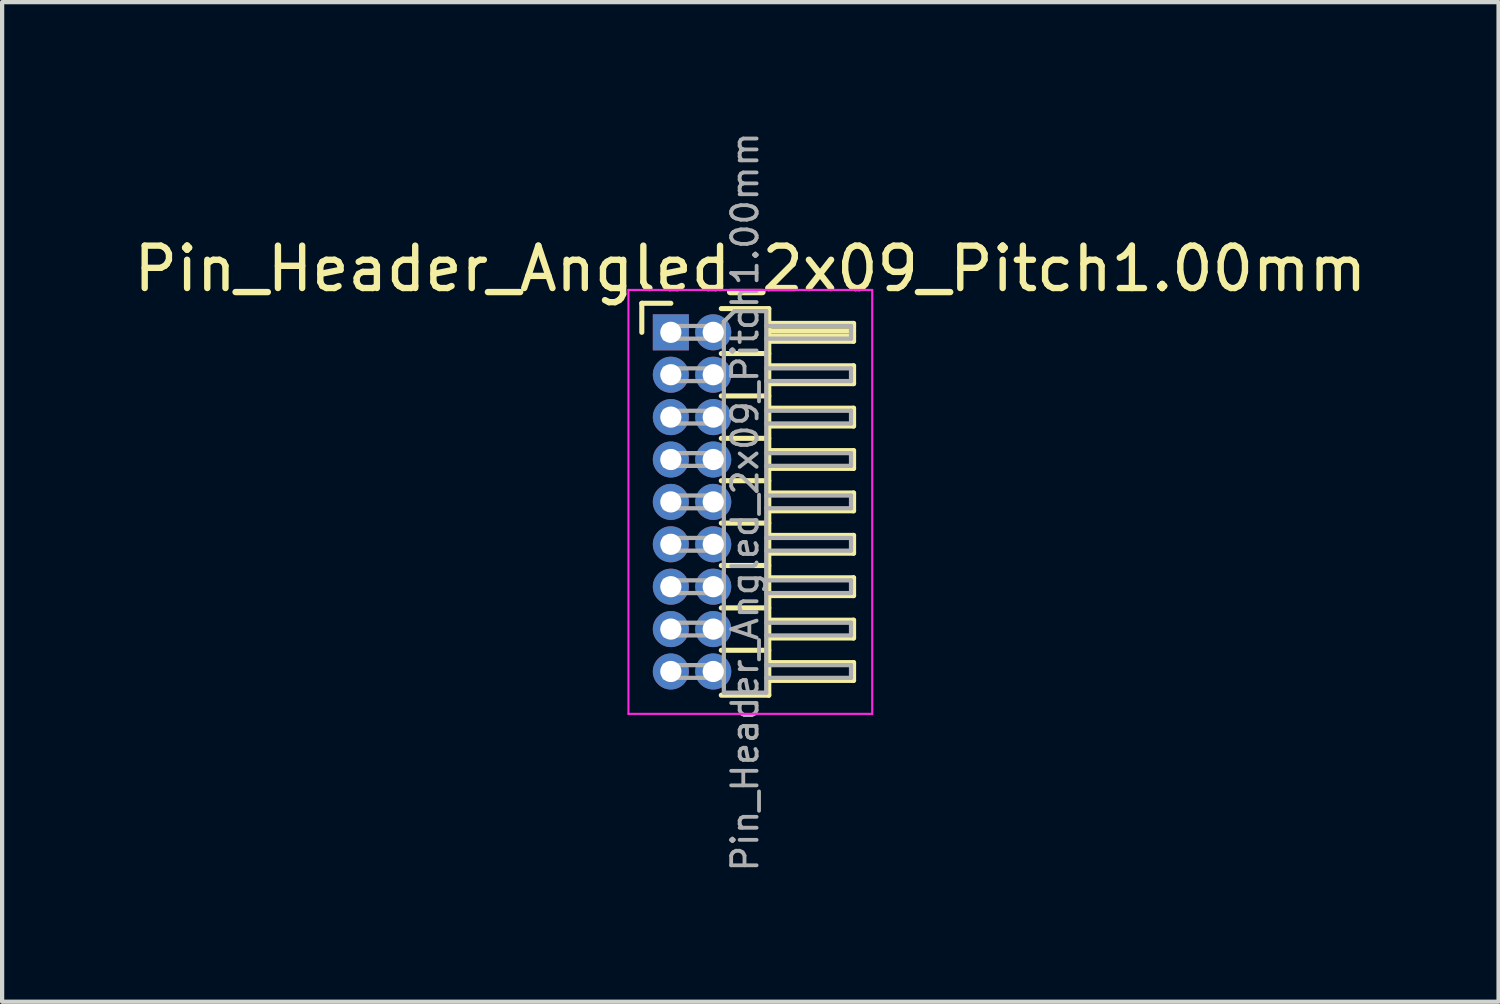
<source format=kicad_pcb>
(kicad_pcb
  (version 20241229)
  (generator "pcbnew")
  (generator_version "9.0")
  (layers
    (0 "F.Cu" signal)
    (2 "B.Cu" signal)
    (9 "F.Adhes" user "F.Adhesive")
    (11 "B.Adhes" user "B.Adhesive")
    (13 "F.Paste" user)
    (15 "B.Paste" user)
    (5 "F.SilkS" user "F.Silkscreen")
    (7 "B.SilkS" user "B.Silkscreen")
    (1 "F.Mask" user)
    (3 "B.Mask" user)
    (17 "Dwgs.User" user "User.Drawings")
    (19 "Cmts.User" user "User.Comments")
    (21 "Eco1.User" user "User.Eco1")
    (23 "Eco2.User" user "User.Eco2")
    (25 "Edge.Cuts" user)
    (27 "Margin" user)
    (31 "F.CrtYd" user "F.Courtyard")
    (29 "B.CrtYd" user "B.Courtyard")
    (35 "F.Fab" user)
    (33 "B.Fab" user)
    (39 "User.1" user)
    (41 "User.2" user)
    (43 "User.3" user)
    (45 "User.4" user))
  (footprint "Pin_Header_Angled_2x09_Pitch1.00mm"
    (layer "F.Cu")
    (at 12.774 4.789)
    (property "Reference" "Pin_Header_Angled_2x09_Pitch1.00mm" (at 1.875 -1.5 0) (layer "F.SilkS") (effects (font (size 1 1) (thickness 0.15))))
    (attr through_hole)
    (fp_line (start -0.685 -0.685) (end 0 -0.685) (stroke (width 0.12) (type solid)) (layer "F.SilkS"))
    (fp_line (start -0.685 0) (end -0.685 -0.685) (stroke (width 0.12) (type solid)) (layer "F.SilkS"))
    (fp_line (start 1.19 -0.56) (end 2.31 -0.56) (stroke (width 0.12) (type solid)) (layer "F.SilkS"))
    (fp_line (start 1.19 0.5) (end 2.31 0.5) (stroke (width 0.12) (type solid)) (layer "F.SilkS"))
    (fp_line (start 1.19 1.5) (end 2.31 1.5) (stroke (width 0.12) (type solid)) (layer "F.SilkS"))
    (fp_line (start 1.19 2.5) (end 2.31 2.5) (stroke (width 0.12) (type solid)) (layer "F.SilkS"))
    (fp_line (start 1.19 3.5) (end 2.31 3.5) (stroke (width 0.12) (type solid)) (layer "F.SilkS"))
    (fp_line (start 1.19 4.5) (end 2.31 4.5) (stroke (width 0.12) (type solid)) (layer "F.SilkS"))
    (fp_line (start 1.19 5.5) (end 2.31 5.5) (stroke (width 0.12) (type solid)) (layer "F.SilkS"))
    (fp_line (start 1.19 6.5) (end 2.31 6.5) (stroke (width 0.12) (type solid)) (layer "F.SilkS"))
    (fp_line (start 1.19 7.5) (end 2.31 7.5) (stroke (width 0.12) (type solid)) (layer "F.SilkS"))
    (fp_line (start 2.31 -0.56) (end 2.31 8.56) (stroke (width 0.12) (type solid)) (layer "F.SilkS"))
    (fp_line (start 2.31 -0.21) (end 4.31 -0.21) (stroke (width 0.12) (type solid)) (layer "F.SilkS"))
    (fp_line (start 2.31 -0.15) (end 4.31 -0.15) (stroke (width 0.12) (type solid)) (layer "F.SilkS"))
    (fp_line (start 2.31 -0.03) (end 4.31 -0.03) (stroke (width 0.12) (type solid)) (layer "F.SilkS"))
    (fp_line (start 2.31 0.09) (end 4.31 0.09) (stroke (width 0.12) (type solid)) (layer "F.SilkS"))
    (fp_line (start 2.31 0.79) (end 4.31 0.79) (stroke (width 0.12) (type solid)) (layer "F.SilkS"))
    (fp_line (start 2.31 1.79) (end 4.31 1.79) (stroke (width 0.12) (type solid)) (layer "F.SilkS"))
    (fp_line (start 2.31 2.79) (end 4.31 2.79) (stroke (width 0.12) (type solid)) (layer "F.SilkS"))
    (fp_line (start 2.31 3.79) (end 4.31 3.79) (stroke (width 0.12) (type solid)) (layer "F.SilkS"))
    (fp_line (start 2.31 4.79) (end 4.31 4.79) (stroke (width 0.12) (type solid)) (layer "F.SilkS"))
    (fp_line (start 2.31 5.79) (end 4.31 5.79) (stroke (width 0.12) (type solid)) (layer "F.SilkS"))
    (fp_line (start 2.31 6.79) (end 4.31 6.79) (stroke (width 0.12) (type solid)) (layer "F.SilkS"))
    (fp_line (start 2.31 7.79) (end 4.31 7.79) (stroke (width 0.12) (type solid)) (layer "F.SilkS"))
    (fp_line (start 2.31 8.56) (end 1.19 8.56) (stroke (width 0.12) (type solid)) (layer "F.SilkS"))
    (fp_line (start 4.31 -0.21) (end 4.31 0.21) (stroke (width 0.12) (type solid)) (layer "F.SilkS"))
    (fp_line (start 4.31 0.21) (end 2.31 0.21) (stroke (width 0.12) (type solid)) (layer "F.SilkS"))
    (fp_line (start 4.31 0.79) (end 4.31 1.21) (stroke (width 0.12) (type solid)) (layer "F.SilkS"))
    (fp_line (start 4.31 1.21) (end 2.31 1.21) (stroke (width 0.12) (type solid)) (layer "F.SilkS"))
    (fp_line (start 4.31 1.79) (end 4.31 2.21) (stroke (width 0.12) (type solid)) (layer "F.SilkS"))
    (fp_line (start 4.31 2.21) (end 2.31 2.21) (stroke (width 0.12) (type solid)) (layer "F.SilkS"))
    (fp_line (start 4.31 2.79) (end 4.31 3.21) (stroke (width 0.12) (type solid)) (layer "F.SilkS"))
    (fp_line (start 4.31 3.21) (end 2.31 3.21) (stroke (width 0.12) (type solid)) (layer "F.SilkS"))
    (fp_line (start 4.31 3.79) (end 4.31 4.21) (stroke (width 0.12) (type solid)) (layer "F.SilkS"))
    (fp_line (start 4.31 4.21) (end 2.31 4.21) (stroke (width 0.12) (type solid)) (layer "F.SilkS"))
    (fp_line (start 4.31 4.79) (end 4.31 5.21) (stroke (width 0.12) (type solid)) (layer "F.SilkS"))
    (fp_line (start 4.31 5.21) (end 2.31 5.21) (stroke (width 0.12) (type solid)) (layer "F.SilkS"))
    (fp_line (start 4.31 5.79) (end 4.31 6.21) (stroke (width 0.12) (type solid)) (layer "F.SilkS"))
    (fp_line (start 4.31 6.21) (end 2.31 6.21) (stroke (width 0.12) (type solid)) (layer "F.SilkS"))
    (fp_line (start 4.31 6.79) (end 4.31 7.21) (stroke (width 0.12) (type solid)) (layer "F.SilkS"))
    (fp_line (start 4.31 7.21) (end 2.31 7.21) (stroke (width 0.12) (type solid)) (layer "F.SilkS"))
    (fp_line (start 4.31 7.79) (end 4.31 8.21) (stroke (width 0.12) (type solid)) (layer "F.SilkS"))
    (fp_line (start 4.31 8.21) (end 2.31 8.21) (stroke (width 0.12) (type solid)) (layer "F.SilkS"))
    (fp_line (start -1 -1) (end -1 9) (stroke (width 0.05) (type solid)) (layer "F.CrtYd"))
    (fp_line (start -1 9) (end 4.75 9) (stroke (width 0.05) (type solid)) (layer "F.CrtYd"))
    (fp_line (start 4.75 -1) (end -1 -1) (stroke (width 0.05) (type solid)) (layer "F.CrtYd"))
    (fp_line (start 4.75 9) (end 4.75 -1) (stroke (width 0.05) (type solid)) (layer "F.CrtYd"))
    (fp_line (start -0.15 -0.15) (end -0.15 0.15) (stroke (width 0.1) (type solid)) (layer "F.Fab"))
    (fp_line (start -0.15 -0.15) (end 1.25 -0.15) (stroke (width 0.1) (type solid)) (layer "F.Fab"))
    (fp_line (start -0.15 0.15) (end 1.25 0.15) (stroke (width 0.1) (type solid)) (layer "F.Fab"))
    (fp_line (start -0.15 0.85) (end -0.15 1.15) (stroke (width 0.1) (type solid)) (layer "F.Fab"))
    (fp_line (start -0.15 0.85) (end 1.25 0.85) (stroke (width 0.1) (type solid)) (layer "F.Fab"))
    (fp_line (start -0.15 1.15) (end 1.25 1.15) (stroke (width 0.1) (type solid)) (layer "F.Fab"))
    (fp_line (start -0.15 1.85) (end -0.15 2.15) (stroke (width 0.1) (type solid)) (layer "F.Fab"))
    (fp_line (start -0.15 1.85) (end 1.25 1.85) (stroke (width 0.1) (type solid)) (layer "F.Fab"))
    (fp_line (start -0.15 2.15) (end 1.25 2.15) (stroke (width 0.1) (type solid)) (layer "F.Fab"))
    (fp_line (start -0.15 2.85) (end -0.15 3.15) (stroke (width 0.1) (type solid)) (layer "F.Fab"))
    (fp_line (start -0.15 2.85) (end 1.25 2.85) (stroke (width 0.1) (type solid)) (layer "F.Fab"))
    (fp_line (start -0.15 3.15) (end 1.25 3.15) (stroke (width 0.1) (type solid)) (layer "F.Fab"))
    (fp_line (start -0.15 3.85) (end -0.15 4.15) (stroke (width 0.1) (type solid)) (layer "F.Fab"))
    (fp_line (start -0.15 3.85) (end 1.25 3.85) (stroke (width 0.1) (type solid)) (layer "F.Fab"))
    (fp_line (start -0.15 4.15) (end 1.25 4.15) (stroke (width 0.1) (type solid)) (layer "F.Fab"))
    (fp_line (start -0.15 4.85) (end -0.15 5.15) (stroke (width 0.1) (type solid)) (layer "F.Fab"))
    (fp_line (start -0.15 4.85) (end 1.25 4.85) (stroke (width 0.1) (type solid)) (layer "F.Fab"))
    (fp_line (start -0.15 5.15) (end 1.25 5.15) (stroke (width 0.1) (type solid)) (layer "F.Fab"))
    (fp_line (start -0.15 5.85) (end -0.15 6.15) (stroke (width 0.1) (type solid)) (layer "F.Fab"))
    (fp_line (start -0.15 5.85) (end 1.25 5.85) (stroke (width 0.1) (type solid)) (layer "F.Fab"))
    (fp_line (start -0.15 6.15) (end 1.25 6.15) (stroke (width 0.1) (type solid)) (layer "F.Fab"))
    (fp_line (start -0.15 6.85) (end -0.15 7.15) (stroke (width 0.1) (type solid)) (layer "F.Fab"))
    (fp_line (start -0.15 6.85) (end 1.25 6.85) (stroke (width 0.1) (type solid)) (layer "F.Fab"))
    (fp_line (start -0.15 7.15) (end 1.25 7.15) (stroke (width 0.1) (type solid)) (layer "F.Fab"))
    (fp_line (start -0.15 7.85) (end -0.15 8.15) (stroke (width 0.1) (type solid)) (layer "F.Fab"))
    (fp_line (start -0.15 7.85) (end 1.25 7.85) (stroke (width 0.1) (type solid)) (layer "F.Fab"))
    (fp_line (start -0.15 8.15) (end 1.25 8.15) (stroke (width 0.1) (type solid)) (layer "F.Fab"))
    (fp_line (start 1.25 -0.25) (end 1.5 -0.5) (stroke (width 0.1) (type solid)) (layer "F.Fab"))
    (fp_line (start 1.25 8.5) (end 1.25 -0.25) (stroke (width 0.1) (type solid)) (layer "F.Fab"))
    (fp_line (start 1.5 -0.5) (end 2.25 -0.5) (stroke (width 0.1) (type solid)) (layer "F.Fab"))
    (fp_line (start 2.25 -0.5) (end 2.25 8.5) (stroke (width 0.1) (type solid)) (layer "F.Fab"))
    (fp_line (start 2.25 -0.15) (end 4.25 -0.15) (stroke (width 0.1) (type solid)) (layer "F.Fab"))
    (fp_line (start 2.25 0.15) (end 4.25 0.15) (stroke (width 0.1) (type solid)) (layer "F.Fab"))
    (fp_line (start 2.25 0.85) (end 4.25 0.85) (stroke (width 0.1) (type solid)) (layer "F.Fab"))
    (fp_line (start 2.25 1.15) (end 4.25 1.15) (stroke (width 0.1) (type solid)) (layer "F.Fab"))
    (fp_line (start 2.25 1.85) (end 4.25 1.85) (stroke (width 0.1) (type solid)) (layer "F.Fab"))
    (fp_line (start 2.25 2.15) (end 4.25 2.15) (stroke (width 0.1) (type solid)) (layer "F.Fab"))
    (fp_line (start 2.25 2.85) (end 4.25 2.85) (stroke (width 0.1) (type solid)) (layer "F.Fab"))
    (fp_line (start 2.25 3.15) (end 4.25 3.15) (stroke (width 0.1) (type solid)) (layer "F.Fab"))
    (fp_line (start 2.25 3.85) (end 4.25 3.85) (stroke (width 0.1) (type solid)) (layer "F.Fab"))
    (fp_line (start 2.25 4.15) (end 4.25 4.15) (stroke (width 0.1) (type solid)) (layer "F.Fab"))
    (fp_line (start 2.25 4.85) (end 4.25 4.85) (stroke (width 0.1) (type solid)) (layer "F.Fab"))
    (fp_line (start 2.25 5.15) (end 4.25 5.15) (stroke (width 0.1) (type solid)) (layer "F.Fab"))
    (fp_line (start 2.25 5.85) (end 4.25 5.85) (stroke (width 0.1) (type solid)) (layer "F.Fab"))
    (fp_line (start 2.25 6.15) (end 4.25 6.15) (stroke (width 0.1) (type solid)) (layer "F.Fab"))
    (fp_line (start 2.25 6.85) (end 4.25 6.85) (stroke (width 0.1) (type solid)) (layer "F.Fab"))
    (fp_line (start 2.25 7.15) (end 4.25 7.15) (stroke (width 0.1) (type solid)) (layer "F.Fab"))
    (fp_line (start 2.25 7.85) (end 4.25 7.85) (stroke (width 0.1) (type solid)) (layer "F.Fab"))
    (fp_line (start 2.25 8.15) (end 4.25 8.15) (stroke (width 0.1) (type solid)) (layer "F.Fab"))
    (fp_line (start 2.25 8.5) (end 1.25 8.5) (stroke (width 0.1) (type solid)) (layer "F.Fab"))
    (fp_line (start 4.25 -0.15) (end 4.25 0.15) (stroke (width 0.1) (type solid)) (layer "F.Fab"))
    (fp_line (start 4.25 0.85) (end 4.25 1.15) (stroke (width 0.1) (type solid)) (layer "F.Fab"))
    (fp_line (start 4.25 1.85) (end 4.25 2.15) (stroke (width 0.1) (type solid)) (layer "F.Fab"))
    (fp_line (start 4.25 2.85) (end 4.25 3.15) (stroke (width 0.1) (type solid)) (layer "F.Fab"))
    (fp_line (start 4.25 3.85) (end 4.25 4.15) (stroke (width 0.1) (type solid)) (layer "F.Fab"))
    (fp_line (start 4.25 4.85) (end 4.25 5.15) (stroke (width 0.1) (type solid)) (layer "F.Fab"))
    (fp_line (start 4.25 5.85) (end 4.25 6.15) (stroke (width 0.1) (type solid)) (layer "F.Fab"))
    (fp_line (start 4.25 6.85) (end 4.25 7.15) (stroke (width 0.1) (type solid)) (layer "F.Fab"))
    (fp_line (start 4.25 7.85) (end 4.25 8.15) (stroke (width 0.1) (type solid)) (layer "F.Fab"))
    (fp_text user "${REFERENCE}" (at 1.75 4 90) (layer "F.Fab") (effects (font (size 0.6 0.6) (thickness 0.09))))
    (pad "1" thru_hole rect (at 0 0) (size 0.85 0.85) (drill 0.5) (layers "*.Cu" "*.Mask"))
    (pad "2" thru_hole oval (at 1 0) (size 0.85 0.85) (drill 0.5) (layers "*.Cu" "*.Mask"))
    (pad "3" thru_hole oval (at 0 1) (size 0.85 0.85) (drill 0.5) (layers "*.Cu" "*.Mask"))
    (pad "4" thru_hole oval (at 1 1) (size 0.85 0.85) (drill 0.5) (layers "*.Cu" "*.Mask"))
    (pad "5" thru_hole oval (at 0 2) (size 0.85 0.85) (drill 0.5) (layers "*.Cu" "*.Mask"))
    (pad "6" thru_hole oval (at 1 2) (size 0.85 0.85) (drill 0.5) (layers "*.Cu" "*.Mask"))
    (pad "7" thru_hole oval (at 0 3) (size 0.85 0.85) (drill 0.5) (layers "*.Cu" "*.Mask"))
    (pad "8" thru_hole oval (at 1 3) (size 0.85 0.85) (drill 0.5) (layers "*.Cu" "*.Mask"))
    (pad "9" thru_hole oval (at 0 4) (size 0.85 0.85) (drill 0.5) (layers "*.Cu" "*.Mask"))
    (pad "10" thru_hole oval (at 1 4) (size 0.85 0.85) (drill 0.5) (layers "*.Cu" "*.Mask"))
    (pad "11" thru_hole oval (at 0 5) (size 0.85 0.85) (drill 0.5) (layers "*.Cu" "*.Mask"))
    (pad "12" thru_hole oval (at 1 5) (size 0.85 0.85) (drill 0.5) (layers "*.Cu" "*.Mask"))
    (pad "13" thru_hole oval (at 0 6) (size 0.85 0.85) (drill 0.5) (layers "*.Cu" "*.Mask"))
    (pad "14" thru_hole oval (at 1 6) (size 0.85 0.85) (drill 0.5) (layers "*.Cu" "*.Mask"))
    (pad "15" thru_hole oval (at 0 7) (size 0.85 0.85) (drill 0.5) (layers "*.Cu" "*.Mask"))
    (pad "16" thru_hole oval (at 1 7) (size 0.85 0.85) (drill 0.5) (layers "*.Cu" "*.Mask"))
    (pad "17" thru_hole oval (at 0 8) (size 0.85 0.85) (drill 0.5) (layers "*.Cu" "*.Mask"))
    (pad "18" thru_hole oval (at 1 8) (size 0.85 0.85) (drill 0.5) (layers "*.Cu" "*.Mask")))
  (gr_rect
    (start -3 -3)
    (end 32.298 20.579)
    (stroke (width 0.1) (type default))
    (fill no)
    (layer "Edge.Cuts")))
</source>
